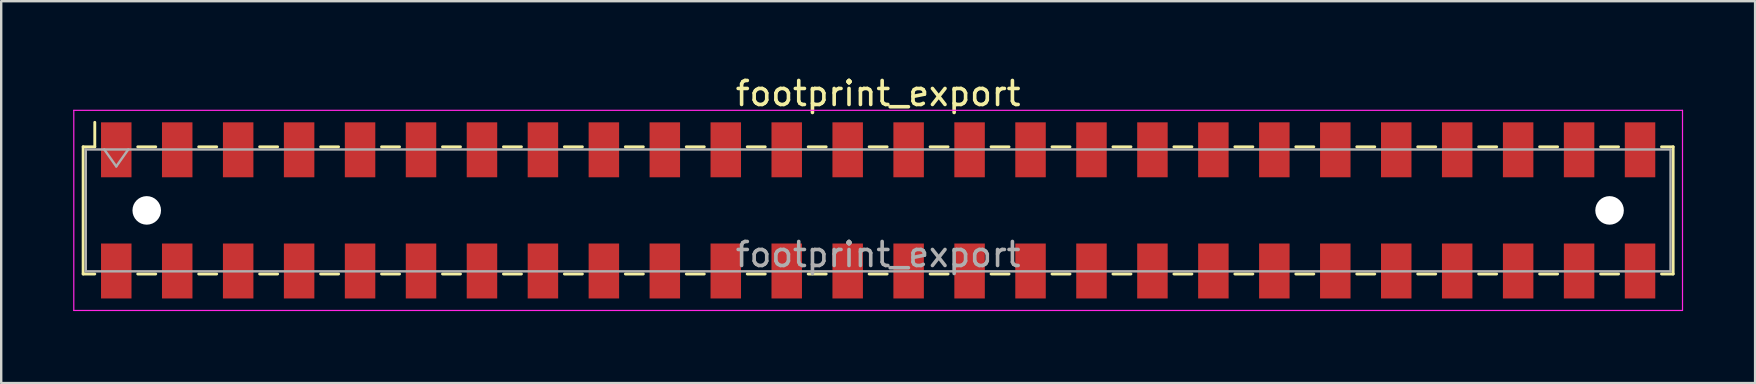
<source format=kicad_pcb>
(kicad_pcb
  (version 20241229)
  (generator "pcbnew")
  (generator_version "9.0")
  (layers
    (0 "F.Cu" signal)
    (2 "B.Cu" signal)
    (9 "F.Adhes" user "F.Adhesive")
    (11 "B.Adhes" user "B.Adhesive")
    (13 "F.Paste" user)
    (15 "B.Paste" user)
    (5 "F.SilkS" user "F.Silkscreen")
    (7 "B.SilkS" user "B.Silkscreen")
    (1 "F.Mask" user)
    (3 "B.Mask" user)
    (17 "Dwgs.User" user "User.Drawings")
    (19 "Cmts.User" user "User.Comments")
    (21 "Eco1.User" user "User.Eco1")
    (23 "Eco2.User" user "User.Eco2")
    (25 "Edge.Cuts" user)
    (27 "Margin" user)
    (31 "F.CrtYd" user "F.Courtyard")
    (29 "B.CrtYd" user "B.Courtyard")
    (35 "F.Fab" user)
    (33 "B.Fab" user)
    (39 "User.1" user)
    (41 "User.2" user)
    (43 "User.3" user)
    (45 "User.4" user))
  (footprint "footprint_export"
    (layer "F.Cu")
    (at 33.545 5.718)
    (property "Reference" "footprint_export" (at 0 -4.87 0) (layer "F.SilkS") (effects (font (size 1 1) (thickness 0.15))))
    (attr smd)
    (fp_line (start -33.13 -2.65) (end -33.13 2.65) (stroke (width 0.12) (type solid)) (layer "F.SilkS"))
    (fp_line (start -33.13 2.65) (end -32.645 2.65) (stroke (width 0.12) (type solid)) (layer "F.SilkS"))
    (fp_line (start -32.645 -3.67) (end -32.645 -2.65) (stroke (width 0.12) (type solid)) (layer "F.SilkS"))
    (fp_line (start -32.645 -2.65) (end -33.13 -2.65) (stroke (width 0.12) (type solid)) (layer "F.SilkS"))
    (fp_line (start -30.855 -2.65) (end -30.105 -2.65) (stroke (width 0.12) (type solid)) (layer "F.SilkS"))
    (fp_line (start -30.855 2.65) (end -30.105 2.65) (stroke (width 0.12) (type solid)) (layer "F.SilkS"))
    (fp_line (start -28.315 -2.65) (end -27.565 -2.65) (stroke (width 0.12) (type solid)) (layer "F.SilkS"))
    (fp_line (start -28.315 2.65) (end -27.565 2.65) (stroke (width 0.12) (type solid)) (layer "F.SilkS"))
    (fp_line (start -25.775 -2.65) (end -25.025 -2.65) (stroke (width 0.12) (type solid)) (layer "F.SilkS"))
    (fp_line (start -25.775 2.65) (end -25.025 2.65) (stroke (width 0.12) (type solid)) (layer "F.SilkS"))
    (fp_line (start -23.235 -2.65) (end -22.485 -2.65) (stroke (width 0.12) (type solid)) (layer "F.SilkS"))
    (fp_line (start -23.235 2.65) (end -22.485 2.65) (stroke (width 0.12) (type solid)) (layer "F.SilkS"))
    (fp_line (start -20.695 -2.65) (end -19.945 -2.65) (stroke (width 0.12) (type solid)) (layer "F.SilkS"))
    (fp_line (start -20.695 2.65) (end -19.945 2.65) (stroke (width 0.12) (type solid)) (layer "F.SilkS"))
    (fp_line (start -18.155 -2.65) (end -17.405 -2.65) (stroke (width 0.12) (type solid)) (layer "F.SilkS"))
    (fp_line (start -18.155 2.65) (end -17.405 2.65) (stroke (width 0.12) (type solid)) (layer "F.SilkS"))
    (fp_line (start -15.615 -2.65) (end -14.865 -2.65) (stroke (width 0.12) (type solid)) (layer "F.SilkS"))
    (fp_line (start -15.615 2.65) (end -14.865 2.65) (stroke (width 0.12) (type solid)) (layer "F.SilkS"))
    (fp_line (start -13.075 -2.65) (end -12.325 -2.65) (stroke (width 0.12) (type solid)) (layer "F.SilkS"))
    (fp_line (start -13.075 2.65) (end -12.325 2.65) (stroke (width 0.12) (type solid)) (layer "F.SilkS"))
    (fp_line (start -10.535 -2.65) (end -9.785 -2.65) (stroke (width 0.12) (type solid)) (layer "F.SilkS"))
    (fp_line (start -10.535 2.65) (end -9.785 2.65) (stroke (width 0.12) (type solid)) (layer "F.SilkS"))
    (fp_line (start -7.995 -2.65) (end -7.245 -2.65) (stroke (width 0.12) (type solid)) (layer "F.SilkS"))
    (fp_line (start -7.995 2.65) (end -7.245 2.65) (stroke (width 0.12) (type solid)) (layer "F.SilkS"))
    (fp_line (start -5.455 -2.65) (end -4.705 -2.65) (stroke (width 0.12) (type solid)) (layer "F.SilkS"))
    (fp_line (start -5.455 2.65) (end -4.705 2.65) (stroke (width 0.12) (type solid)) (layer "F.SilkS"))
    (fp_line (start -2.915 -2.65) (end -2.165 -2.65) (stroke (width 0.12) (type solid)) (layer "F.SilkS"))
    (fp_line (start -2.915 2.65) (end -2.165 2.65) (stroke (width 0.12) (type solid)) (layer "F.SilkS"))
    (fp_line (start -0.375 -2.65) (end 0.375 -2.65) (stroke (width 0.12) (type solid)) (layer "F.SilkS"))
    (fp_line (start -0.375 2.65) (end 0.375 2.65) (stroke (width 0.12) (type solid)) (layer "F.SilkS"))
    (fp_line (start 2.165 -2.65) (end 2.915 -2.65) (stroke (width 0.12) (type solid)) (layer "F.SilkS"))
    (fp_line (start 2.165 2.65) (end 2.915 2.65) (stroke (width 0.12) (type solid)) (layer "F.SilkS"))
    (fp_line (start 4.705 -2.65) (end 5.455 -2.65) (stroke (width 0.12) (type solid)) (layer "F.SilkS"))
    (fp_line (start 4.705 2.65) (end 5.455 2.65) (stroke (width 0.12) (type solid)) (layer "F.SilkS"))
    (fp_line (start 7.245 -2.65) (end 7.995 -2.65) (stroke (width 0.12) (type solid)) (layer "F.SilkS"))
    (fp_line (start 7.245 2.65) (end 7.995 2.65) (stroke (width 0.12) (type solid)) (layer "F.SilkS"))
    (fp_line (start 9.785 -2.65) (end 10.535 -2.65) (stroke (width 0.12) (type solid)) (layer "F.SilkS"))
    (fp_line (start 9.785 2.65) (end 10.535 2.65) (stroke (width 0.12) (type solid)) (layer "F.SilkS"))
    (fp_line (start 12.325 -2.65) (end 13.075 -2.65) (stroke (width 0.12) (type solid)) (layer "F.SilkS"))
    (fp_line (start 12.325 2.65) (end 13.075 2.65) (stroke (width 0.12) (type solid)) (layer "F.SilkS"))
    (fp_line (start 14.865 -2.65) (end 15.615 -2.65) (stroke (width 0.12) (type solid)) (layer "F.SilkS"))
    (fp_line (start 14.865 2.65) (end 15.615 2.65) (stroke (width 0.12) (type solid)) (layer "F.SilkS"))
    (fp_line (start 17.405 -2.65) (end 18.155 -2.65) (stroke (width 0.12) (type solid)) (layer "F.SilkS"))
    (fp_line (start 17.405 2.65) (end 18.155 2.65) (stroke (width 0.12) (type solid)) (layer "F.SilkS"))
    (fp_line (start 19.945 -2.65) (end 20.695 -2.65) (stroke (width 0.12) (type solid)) (layer "F.SilkS"))
    (fp_line (start 19.945 2.65) (end 20.695 2.65) (stroke (width 0.12) (type solid)) (layer "F.SilkS"))
    (fp_line (start 22.485 -2.65) (end 23.235 -2.65) (stroke (width 0.12) (type solid)) (layer "F.SilkS"))
    (fp_line (start 22.485 2.65) (end 23.235 2.65) (stroke (width 0.12) (type solid)) (layer "F.SilkS"))
    (fp_line (start 25.025 -2.65) (end 25.775 -2.65) (stroke (width 0.12) (type solid)) (layer "F.SilkS"))
    (fp_line (start 25.025 2.65) (end 25.775 2.65) (stroke (width 0.12) (type solid)) (layer "F.SilkS"))
    (fp_line (start 27.565 -2.65) (end 28.315 -2.65) (stroke (width 0.12) (type solid)) (layer "F.SilkS"))
    (fp_line (start 27.565 2.65) (end 28.315 2.65) (stroke (width 0.12) (type solid)) (layer "F.SilkS"))
    (fp_line (start 30.105 -2.65) (end 30.855 -2.65) (stroke (width 0.12) (type solid)) (layer "F.SilkS"))
    (fp_line (start 30.105 2.65) (end 30.855 2.65) (stroke (width 0.12) (type solid)) (layer "F.SilkS"))
    (fp_line (start 32.645 -2.65) (end 33.13 -2.65) (stroke (width 0.12) (type solid)) (layer "F.SilkS"))
    (fp_line (start 33.13 -2.65) (end 33.13 2.65) (stroke (width 0.12) (type solid)) (layer "F.SilkS"))
    (fp_line (start 33.13 2.65) (end 32.645 2.65) (stroke (width 0.12) (type solid)) (layer "F.SilkS"))
    (fp_line (start -33.52 -4.17) (end 33.52 -4.17) (stroke (width 0.05) (type solid)) (layer "F.CrtYd"))
    (fp_line (start -33.52 4.17) (end -33.52 -4.17) (stroke (width 0.05) (type solid)) (layer "F.CrtYd"))
    (fp_line (start 33.52 -4.17) (end 33.52 4.17) (stroke (width 0.05) (type solid)) (layer "F.CrtYd"))
    (fp_line (start 33.52 4.17) (end -33.52 4.17) (stroke (width 0.05) (type solid)) (layer "F.CrtYd"))
    (fp_line (start -33.02 -2.54) (end 33.02 -2.54) (stroke (width 0.1) (type solid)) (layer "F.Fab"))
    (fp_line (start -33.02 2.54) (end -33.02 -2.54) (stroke (width 0.1) (type solid)) (layer "F.Fab"))
    (fp_line (start -32.25 -2.54) (end -31.75 -1.833) (stroke (width 0.1) (type solid)) (layer "F.Fab"))
    (fp_line (start -31.75 -1.833) (end -31.25 -2.54) (stroke (width 0.1) (type solid)) (layer "F.Fab"))
    (fp_line (start 33.02 -2.54) (end 33.02 2.54) (stroke (width 0.1) (type solid)) (layer "F.Fab"))
    (fp_line (start 33.02 2.54) (end -33.02 2.54) (stroke (width 0.1) (type solid)) (layer "F.Fab"))
    (fp_text user "${REFERENCE}" (at 0 1.84 0) (layer "F.Fab") (effects (font (size 1 1) (thickness 0.15))))
    (pad "" np_thru_hole circle (at -30.48 0) (size 1.19 1.19) (drill 1.19) (layers "*.Cu" "*.Mask"))
    (pad "" np_thru_hole circle (at 30.48 0) (size 1.19 1.19) (drill 1.19) (layers "*.Cu" "*.Mask"))
    (pad "1" smd rect (at -31.75 -2.525) (size 1.27 2.29) (layers "F.Cu" "F.Mask" "F.Paste"))
    (pad "2" smd rect (at -31.75 2.525) (size 1.27 2.29) (layers "F.Cu" "F.Mask" "F.Paste"))
    (pad "3" smd rect (at -29.21 -2.525) (size 1.27 2.29) (layers "F.Cu" "F.Mask" "F.Paste"))
    (pad "4" smd rect (at -29.21 2.525) (size 1.27 2.29) (layers "F.Cu" "F.Mask" "F.Paste"))
    (pad "5" smd rect (at -26.67 -2.525) (size 1.27 2.29) (layers "F.Cu" "F.Mask" "F.Paste"))
    (pad "6" smd rect (at -26.67 2.525) (size 1.27 2.29) (layers "F.Cu" "F.Mask" "F.Paste"))
    (pad "7" smd rect (at -24.13 -2.525) (size 1.27 2.29) (layers "F.Cu" "F.Mask" "F.Paste"))
    (pad "8" smd rect (at -24.13 2.525) (size 1.27 2.29) (layers "F.Cu" "F.Mask" "F.Paste"))
    (pad "9" smd rect (at -21.59 -2.525) (size 1.27 2.29) (layers "F.Cu" "F.Mask" "F.Paste"))
    (pad "10" smd rect (at -21.59 2.525) (size 1.27 2.29) (layers "F.Cu" "F.Mask" "F.Paste"))
    (pad "11" smd rect (at -19.05 -2.525) (size 1.27 2.29) (layers "F.Cu" "F.Mask" "F.Paste"))
    (pad "12" smd rect (at -19.05 2.525) (size 1.27 2.29) (layers "F.Cu" "F.Mask" "F.Paste"))
    (pad "13" smd rect (at -16.51 -2.525) (size 1.27 2.29) (layers "F.Cu" "F.Mask" "F.Paste"))
    (pad "14" smd rect (at -16.51 2.525) (size 1.27 2.29) (layers "F.Cu" "F.Mask" "F.Paste"))
    (pad "15" smd rect (at -13.97 -2.525) (size 1.27 2.29) (layers "F.Cu" "F.Mask" "F.Paste"))
    (pad "16" smd rect (at -13.97 2.525) (size 1.27 2.29) (layers "F.Cu" "F.Mask" "F.Paste"))
    (pad "17" smd rect (at -11.43 -2.525) (size 1.27 2.29) (layers "F.Cu" "F.Mask" "F.Paste"))
    (pad "18" smd rect (at -11.43 2.525) (size 1.27 2.29) (layers "F.Cu" "F.Mask" "F.Paste"))
    (pad "19" smd rect (at -8.89 -2.525) (size 1.27 2.29) (layers "F.Cu" "F.Mask" "F.Paste"))
    (pad "20" smd rect (at -8.89 2.525) (size 1.27 2.29) (layers "F.Cu" "F.Mask" "F.Paste"))
    (pad "21" smd rect (at -6.35 -2.525) (size 1.27 2.29) (layers "F.Cu" "F.Mask" "F.Paste"))
    (pad "22" smd rect (at -6.35 2.525) (size 1.27 2.29) (layers "F.Cu" "F.Mask" "F.Paste"))
    (pad "23" smd rect (at -3.81 -2.525) (size 1.27 2.29) (layers "F.Cu" "F.Mask" "F.Paste"))
    (pad "24" smd rect (at -3.81 2.525) (size 1.27 2.29) (layers "F.Cu" "F.Mask" "F.Paste"))
    (pad "25" smd rect (at -1.27 -2.525) (size 1.27 2.29) (layers "F.Cu" "F.Mask" "F.Paste"))
    (pad "26" smd rect (at -1.27 2.525) (size 1.27 2.29) (layers "F.Cu" "F.Mask" "F.Paste"))
    (pad "27" smd rect (at 1.27 -2.525) (size 1.27 2.29) (layers "F.Cu" "F.Mask" "F.Paste"))
    (pad "28" smd rect (at 1.27 2.525) (size 1.27 2.29) (layers "F.Cu" "F.Mask" "F.Paste"))
    (pad "29" smd rect (at 3.81 -2.525) (size 1.27 2.29) (layers "F.Cu" "F.Mask" "F.Paste"))
    (pad "30" smd rect (at 3.81 2.525) (size 1.27 2.29) (layers "F.Cu" "F.Mask" "F.Paste"))
    (pad "31" smd rect (at 6.35 -2.525) (size 1.27 2.29) (layers "F.Cu" "F.Mask" "F.Paste"))
    (pad "32" smd rect (at 6.35 2.525) (size 1.27 2.29) (layers "F.Cu" "F.Mask" "F.Paste"))
    (pad "33" smd rect (at 8.89 -2.525) (size 1.27 2.29) (layers "F.Cu" "F.Mask" "F.Paste"))
    (pad "34" smd rect (at 8.89 2.525) (size 1.27 2.29) (layers "F.Cu" "F.Mask" "F.Paste"))
    (pad "35" smd rect (at 11.43 -2.525) (size 1.27 2.29) (layers "F.Cu" "F.Mask" "F.Paste"))
    (pad "36" smd rect (at 11.43 2.525) (size 1.27 2.29) (layers "F.Cu" "F.Mask" "F.Paste"))
    (pad "37" smd rect (at 13.97 -2.525) (size 1.27 2.29) (layers "F.Cu" "F.Mask" "F.Paste"))
    (pad "38" smd rect (at 13.97 2.525) (size 1.27 2.29) (layers "F.Cu" "F.Mask" "F.Paste"))
    (pad "39" smd rect (at 16.51 -2.525) (size 1.27 2.29) (layers "F.Cu" "F.Mask" "F.Paste"))
    (pad "40" smd rect (at 16.51 2.525) (size 1.27 2.29) (layers "F.Cu" "F.Mask" "F.Paste"))
    (pad "41" smd rect (at 19.05 -2.525) (size 1.27 2.29) (layers "F.Cu" "F.Mask" "F.Paste"))
    (pad "42" smd rect (at 19.05 2.525) (size 1.27 2.29) (layers "F.Cu" "F.Mask" "F.Paste"))
    (pad "43" smd rect (at 21.59 -2.525) (size 1.27 2.29) (layers "F.Cu" "F.Mask" "F.Paste"))
    (pad "44" smd rect (at 21.59 2.525) (size 1.27 2.29) (layers "F.Cu" "F.Mask" "F.Paste"))
    (pad "45" smd rect (at 24.13 -2.525) (size 1.27 2.29) (layers "F.Cu" "F.Mask" "F.Paste"))
    (pad "46" smd rect (at 24.13 2.525) (size 1.27 2.29) (layers "F.Cu" "F.Mask" "F.Paste"))
    (pad "47" smd rect (at 26.67 -2.525) (size 1.27 2.29) (layers "F.Cu" "F.Mask" "F.Paste"))
    (pad "48" smd rect (at 26.67 2.525) (size 1.27 2.29) (layers "F.Cu" "F.Mask" "F.Paste"))
    (pad "49" smd rect (at 29.21 -2.525) (size 1.27 2.29) (layers "F.Cu" "F.Mask" "F.Paste"))
    (pad "50" smd rect (at 29.21 2.525) (size 1.27 2.29) (layers "F.Cu" "F.Mask" "F.Paste"))
    (pad "51" smd rect (at 31.75 -2.525) (size 1.27 2.29) (layers "F.Cu" "F.Mask" "F.Paste"))
    (pad "52" smd rect (at 31.75 2.525) (size 1.27 2.29) (layers "F.Cu" "F.Mask" "F.Paste")))
  (gr_rect
    (start -3 -3)
    (end 70.09 12.913)
    (stroke (width 0.1) (type default))
    (fill no)
    (layer "Edge.Cuts")))
</source>
